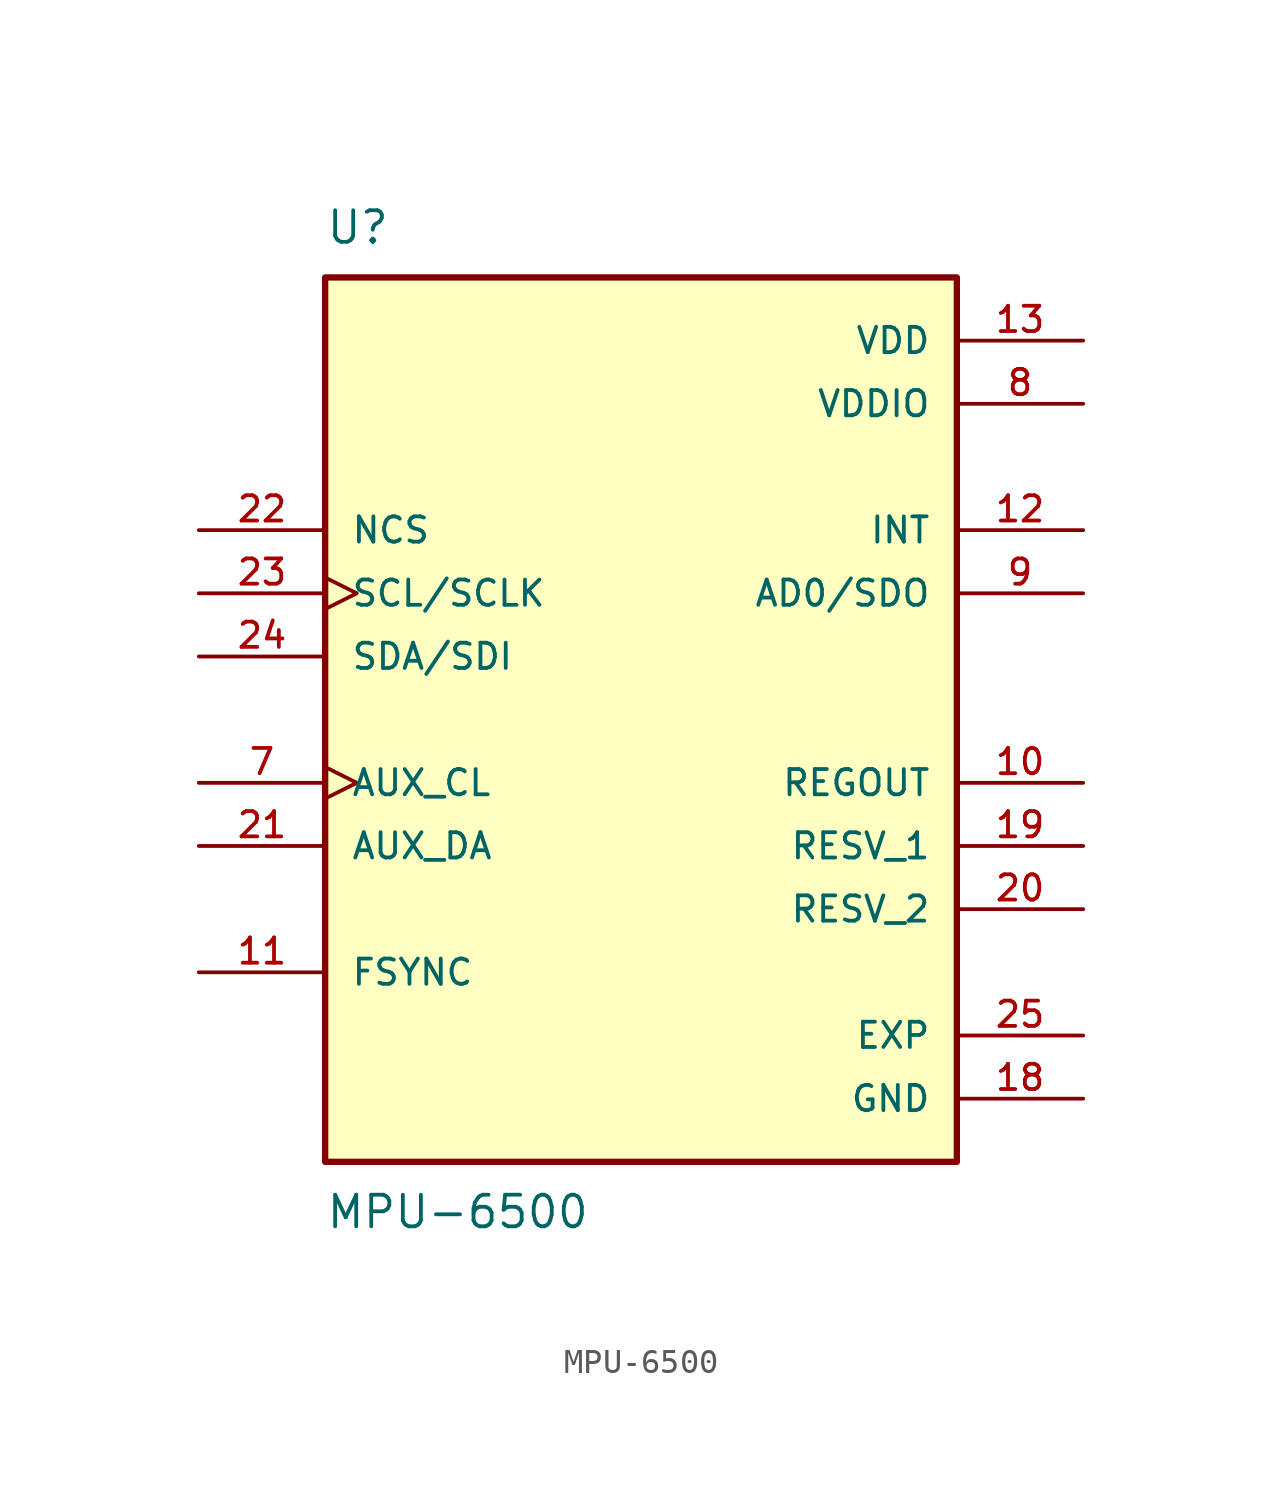
<source format=kicad_sym>
(kicad_symbol_lib
  (version 20211014)
  (generator kicad_symbol_editor)
  (symbol "MPU-6500"
    (pin_names
      (offset 1.016))
    (property "Reference" "U"
      (at -12.7 19.05 0)
      (effects (font (size 1.27 1.27)) (justify bottom left)))
    (property "Value" "MPU-6500"
      (at -12.7 -19.05 0)
      (effects (font (size 1.27 1.27)) (justify top left)))
    (symbol "MPU-6500_0_0"
      (rectangle (start -12.7 -17.78) (end 12.7 17.78) (stroke (width 0.254)) (fill (type background)))
      (pin input clock (at -17.78 -2.54 0) (length 5.08) (name "AUX_CL" (effects (font (size 1.016 1.016)))) (number "7" (effects (font (size 1.016 1.016)))))
      (pin power_in line (at 17.78 12.7 180.0) (length 5.08) (name "VDDIO" (effects (font (size 1.016 1.016)))) (number "8" (effects (font (size 1.016 1.016)))))
      (pin output line (at 17.78 5.08 180.0) (length 5.08) (name "AD0/SDO" (effects (font (size 1.016 1.016)))) (number "9" (effects (font (size 1.016 1.016)))))
      (pin output line (at 17.78 -2.54 180.0) (length 5.08) (name "REGOUT" (effects (font (size 1.016 1.016)))) (number "10" (effects (font (size 1.016 1.016)))))
      (pin input line (at -17.78 -10.16 0) (length 5.08) (name "FSYNC" (effects (font (size 1.016 1.016)))) (number "11" (effects (font (size 1.016 1.016)))))
      (pin output line (at 17.78 7.62 180.0) (length 5.08) (name "INT" (effects (font (size 1.016 1.016)))) (number "12" (effects (font (size 1.016 1.016)))))
      (pin power_in line (at 17.78 15.24 180.0) (length 5.08) (name "VDD" (effects (font (size 1.016 1.016)))) (number "13" (effects (font (size 1.016 1.016)))))
      (pin power_in line (at 17.78 -15.24 180.0) (length 5.08) (name "GND" (effects (font (size 1.016 1.016)))) (number "18" (effects (font (size 1.016 1.016)))))
      (pin passive line (at 17.78 -5.08 180.0) (length 5.08) (name "RESV_1" (effects (font (size 1.016 1.016)))) (number "19" (effects (font (size 1.016 1.016)))))
      (pin bidirectional line (at -17.78 -5.08 0) (length 5.08) (name "AUX_DA" (effects (font (size 1.016 1.016)))) (number "21" (effects (font (size 1.016 1.016)))))
      (pin input line (at -17.78 7.62 0) (length 5.08) (name "NCS" (effects (font (size 1.016 1.016)))) (number "22" (effects (font (size 1.016 1.016)))))
      (pin input clock (at -17.78 5.08 0) (length 5.08) (name "SCL/SCLK" (effects (font (size 1.016 1.016)))) (number "23" (effects (font (size 1.016 1.016)))))
      (pin bidirectional line (at -17.78 2.54 0) (length 5.08) (name "SDA/SDI" (effects (font (size 1.016 1.016)))) (number "24" (effects (font (size 1.016 1.016)))))
      (pin passive line (at 17.78 -7.62 180.0) (length 5.08) (name "RESV_2" (effects (font (size 1.016 1.016)))) (number "20" (effects (font (size 1.016 1.016)))))
      (pin passive line (at 17.78 -12.7 180.0) (length 5.08) (name "EXP" (effects (font (size 1.016 1.016)))) (number "25" (effects (font (size 1.016 1.016))))))))
</source>
